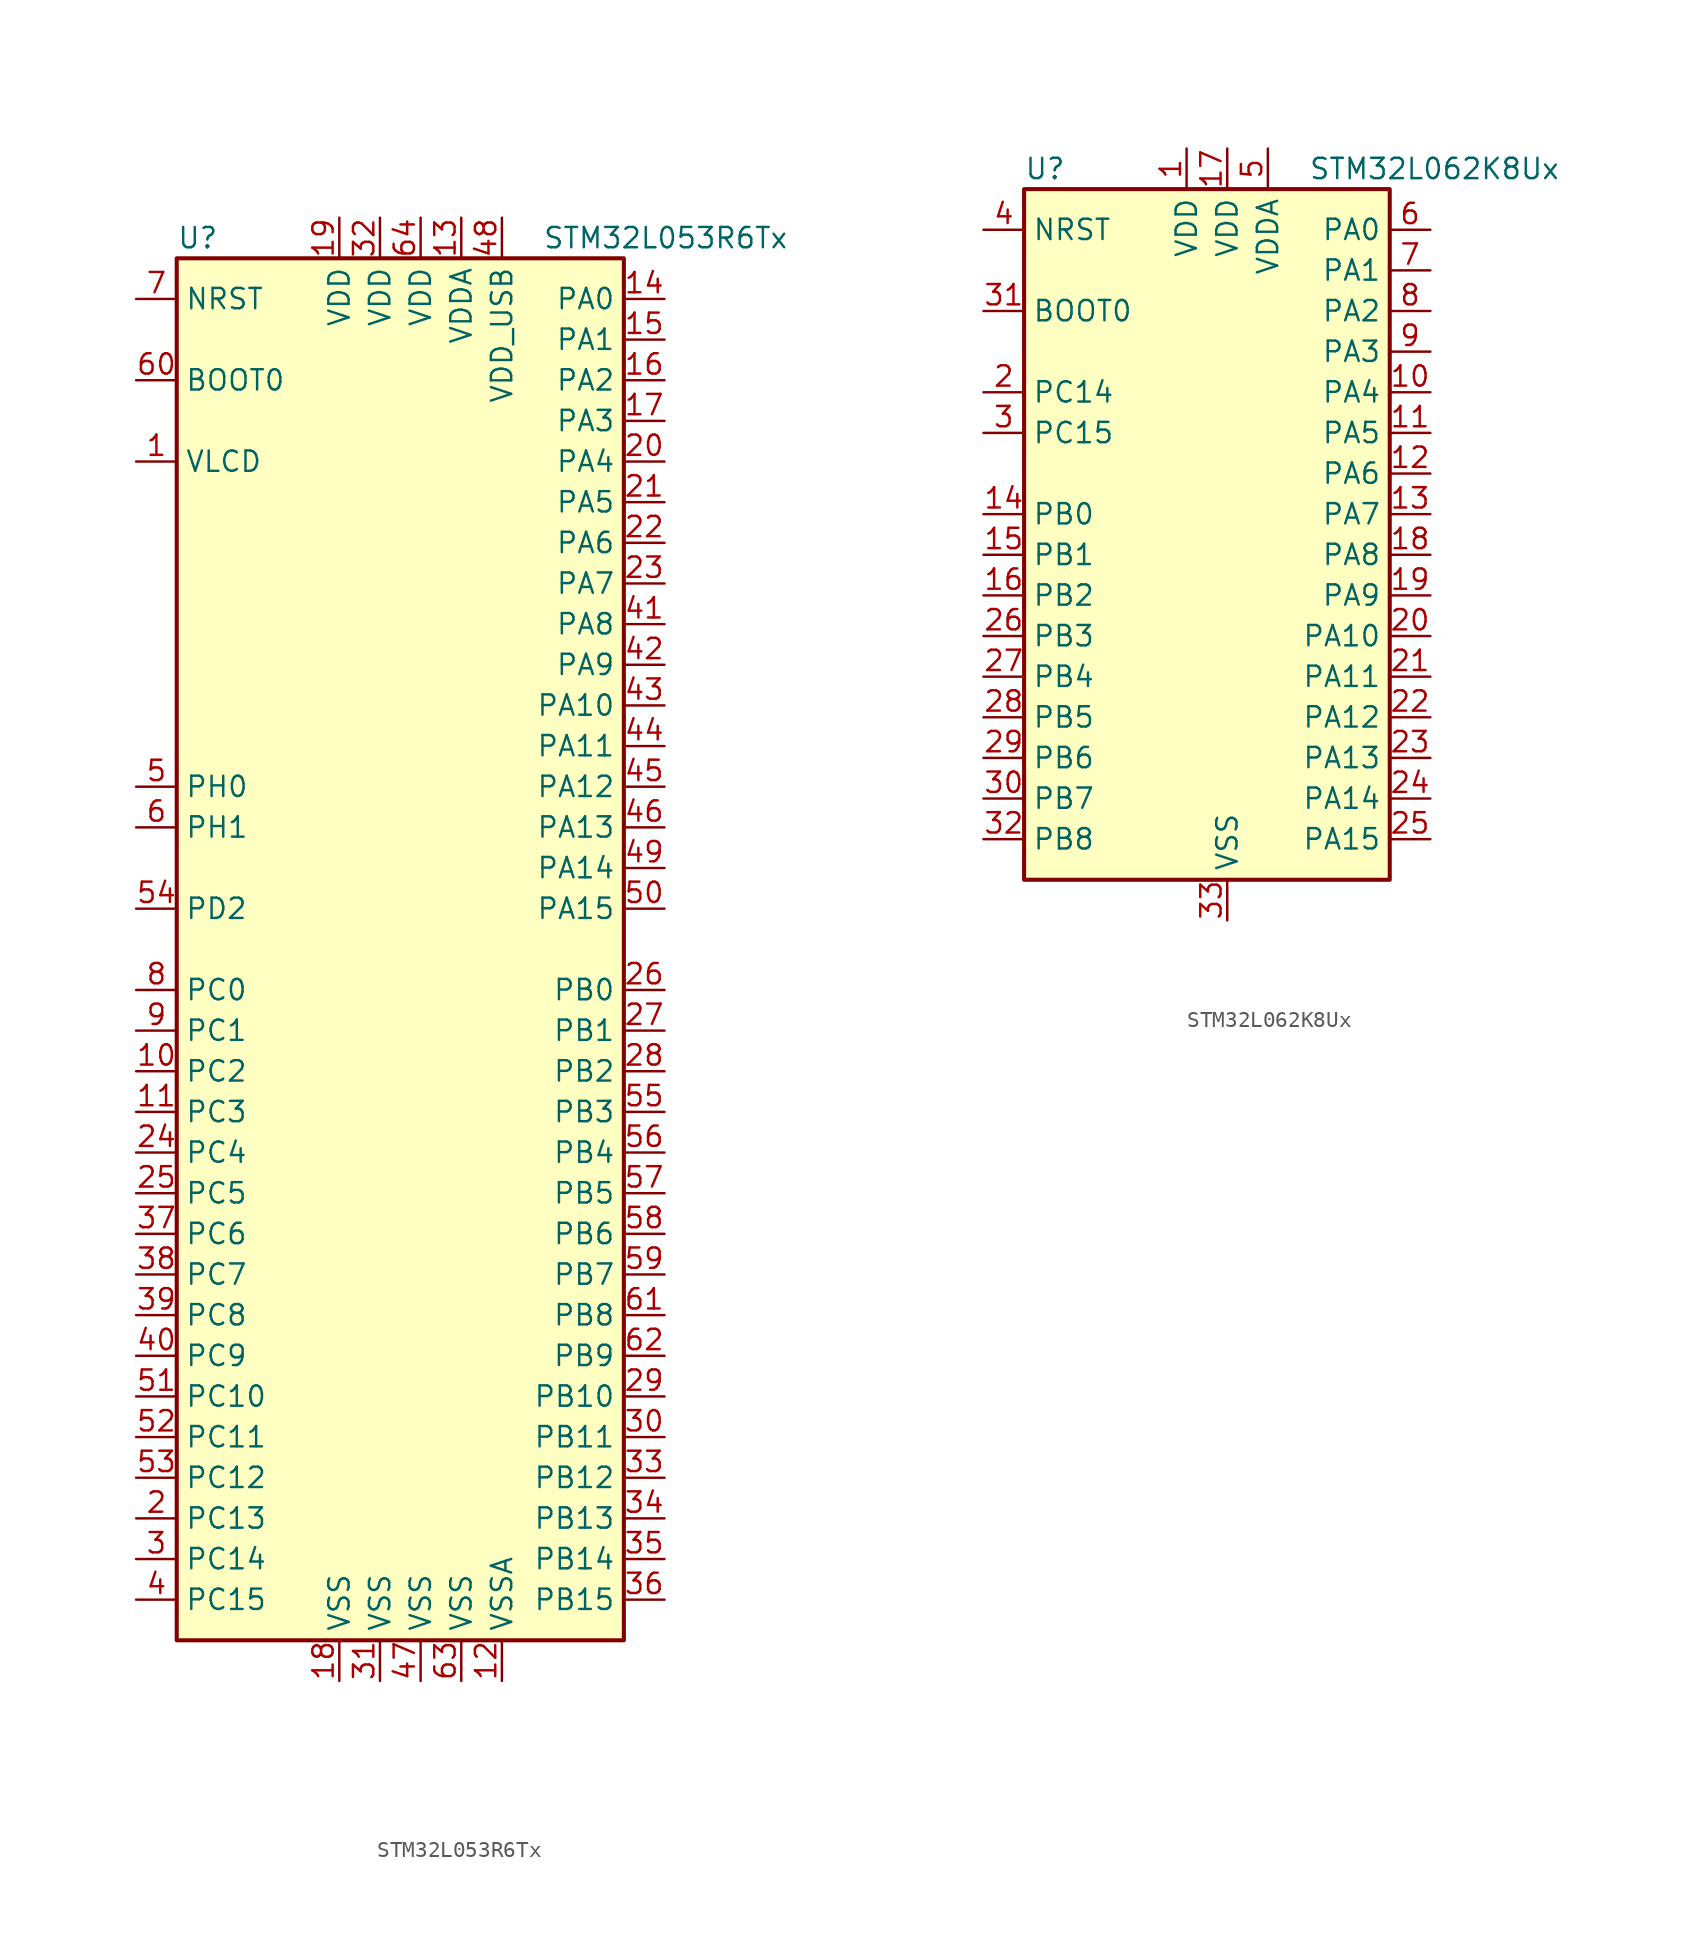
<source format=kicad_sym>
(kicad_symbol_lib
  (version 20201005)
  (generator kicad_symbol_editor)
  (symbol "STM32L053R6Tx"
    (property "Reference" "U"
      (at -15.24 44.45 0)
      (effects (font (size 1.27 1.27)) (justify left)))
    (property "Value" "STM32L053R6Tx"
      (at 7.62 44.45 0)
      (effects (font (size 1.27 1.27)) (justify left)))
    (symbol "STM32L053R6Tx_0_1"
      (rectangle (start -15.24 -43.18) (end 12.7 43.18) (stroke (width 0.254)) (fill (type background))))
    (symbol "STM32L053R6Tx_1_1"
      (pin input line (at -17.78 35.56 0) (length 2.54) (name "BOOT0" (effects (font (size 1.27 1.27)))) (number "60" (effects (font (size 1.27 1.27)))))
      (pin input line (at -17.78 40.64 0) (length 2.54) (name "NRST" (effects (font (size 1.27 1.27)))) (number "7" (effects (font (size 1.27 1.27)))))
      (pin bidirectional line (at 15.24 40.64 180) (length 2.54) (name "PA0" (effects (font (size 1.27 1.27)))) (number "14" (effects (font (size 1.27 1.27)))))
      (pin bidirectional line (at 15.24 38.1 180) (length 2.54) (name "PA1" (effects (font (size 1.27 1.27)))) (number "15" (effects (font (size 1.27 1.27)))))
      (pin bidirectional line (at 15.24 15.24 180) (length 2.54) (name "PA10" (effects (font (size 1.27 1.27)))) (number "43" (effects (font (size 1.27 1.27)))))
      (pin bidirectional line (at 15.24 12.7 180) (length 2.54) (name "PA11" (effects (font (size 1.27 1.27)))) (number "44" (effects (font (size 1.27 1.27)))))
      (pin bidirectional line (at 15.24 10.16 180) (length 2.54) (name "PA12" (effects (font (size 1.27 1.27)))) (number "45" (effects (font (size 1.27 1.27)))))
      (pin bidirectional line (at 15.24 7.62 180) (length 2.54) (name "PA13" (effects (font (size 1.27 1.27)))) (number "46" (effects (font (size 1.27 1.27)))))
      (pin bidirectional line (at 15.24 5.08 180) (length 2.54) (name "PA14" (effects (font (size 1.27 1.27)))) (number "49" (effects (font (size 1.27 1.27)))))
      (pin bidirectional line (at 15.24 2.54 180) (length 2.54) (name "PA15" (effects (font (size 1.27 1.27)))) (number "50" (effects (font (size 1.27 1.27)))))
      (pin bidirectional line (at 15.24 35.56 180) (length 2.54) (name "PA2" (effects (font (size 1.27 1.27)))) (number "16" (effects (font (size 1.27 1.27)))))
      (pin bidirectional line (at 15.24 33.02 180) (length 2.54) (name "PA3" (effects (font (size 1.27 1.27)))) (number "17" (effects (font (size 1.27 1.27)))))
      (pin bidirectional line (at 15.24 30.48 180) (length 2.54) (name "PA4" (effects (font (size 1.27 1.27)))) (number "20" (effects (font (size 1.27 1.27)))))
      (pin bidirectional line (at 15.24 27.94 180) (length 2.54) (name "PA5" (effects (font (size 1.27 1.27)))) (number "21" (effects (font (size 1.27 1.27)))))
      (pin bidirectional line (at 15.24 25.4 180) (length 2.54) (name "PA6" (effects (font (size 1.27 1.27)))) (number "22" (effects (font (size 1.27 1.27)))))
      (pin bidirectional line (at 15.24 22.86 180) (length 2.54) (name "PA7" (effects (font (size 1.27 1.27)))) (number "23" (effects (font (size 1.27 1.27)))))
      (pin bidirectional line (at 15.24 20.32 180) (length 2.54) (name "PA8" (effects (font (size 1.27 1.27)))) (number "41" (effects (font (size 1.27 1.27)))))
      (pin bidirectional line (at 15.24 17.78 180) (length 2.54) (name "PA9" (effects (font (size 1.27 1.27)))) (number "42" (effects (font (size 1.27 1.27)))))
      (pin bidirectional line (at 15.24 -2.54 180) (length 2.54) (name "PB0" (effects (font (size 1.27 1.27)))) (number "26" (effects (font (size 1.27 1.27)))))
      (pin bidirectional line (at 15.24 -5.08 180) (length 2.54) (name "PB1" (effects (font (size 1.27 1.27)))) (number "27" (effects (font (size 1.27 1.27)))))
      (pin bidirectional line (at 15.24 -27.94 180) (length 2.54) (name "PB10" (effects (font (size 1.27 1.27)))) (number "29" (effects (font (size 1.27 1.27)))))
      (pin bidirectional line (at 15.24 -30.48 180) (length 2.54) (name "PB11" (effects (font (size 1.27 1.27)))) (number "30" (effects (font (size 1.27 1.27)))))
      (pin bidirectional line (at 15.24 -33.02 180) (length 2.54) (name "PB12" (effects (font (size 1.27 1.27)))) (number "33" (effects (font (size 1.27 1.27)))))
      (pin bidirectional line (at 15.24 -35.56 180) (length 2.54) (name "PB13" (effects (font (size 1.27 1.27)))) (number "34" (effects (font (size 1.27 1.27)))))
      (pin bidirectional line (at 15.24 -38.1 180) (length 2.54) (name "PB14" (effects (font (size 1.27 1.27)))) (number "35" (effects (font (size 1.27 1.27)))))
      (pin bidirectional line (at 15.24 -40.64 180) (length 2.54) (name "PB15" (effects (font (size 1.27 1.27)))) (number "36" (effects (font (size 1.27 1.27)))))
      (pin bidirectional line (at 15.24 -7.62 180) (length 2.54) (name "PB2" (effects (font (size 1.27 1.27)))) (number "28" (effects (font (size 1.27 1.27)))))
      (pin bidirectional line (at 15.24 -10.16 180) (length 2.54) (name "PB3" (effects (font (size 1.27 1.27)))) (number "55" (effects (font (size 1.27 1.27)))))
      (pin bidirectional line (at 15.24 -12.7 180) (length 2.54) (name "PB4" (effects (font (size 1.27 1.27)))) (number "56" (effects (font (size 1.27 1.27)))))
      (pin bidirectional line (at 15.24 -15.24 180) (length 2.54) (name "PB5" (effects (font (size 1.27 1.27)))) (number "57" (effects (font (size 1.27 1.27)))))
      (pin bidirectional line (at 15.24 -17.78 180) (length 2.54) (name "PB6" (effects (font (size 1.27 1.27)))) (number "58" (effects (font (size 1.27 1.27)))))
      (pin bidirectional line (at 15.24 -20.32 180) (length 2.54) (name "PB7" (effects (font (size 1.27 1.27)))) (number "59" (effects (font (size 1.27 1.27)))))
      (pin bidirectional line (at 15.24 -22.86 180) (length 2.54) (name "PB8" (effects (font (size 1.27 1.27)))) (number "61" (effects (font (size 1.27 1.27)))))
      (pin bidirectional line (at 15.24 -25.4 180) (length 2.54) (name "PB9" (effects (font (size 1.27 1.27)))) (number "62" (effects (font (size 1.27 1.27)))))
      (pin bidirectional line (at -17.78 -2.54 0) (length 2.54) (name "PC0" (effects (font (size 1.27 1.27)))) (number "8" (effects (font (size 1.27 1.27)))))
      (pin bidirectional line (at -17.78 -5.08 0) (length 2.54) (name "PC1" (effects (font (size 1.27 1.27)))) (number "9" (effects (font (size 1.27 1.27)))))
      (pin bidirectional line (at -17.78 -27.94 0) (length 2.54) (name "PC10" (effects (font (size 1.27 1.27)))) (number "51" (effects (font (size 1.27 1.27)))))
      (pin bidirectional line (at -17.78 -30.48 0) (length 2.54) (name "PC11" (effects (font (size 1.27 1.27)))) (number "52" (effects (font (size 1.27 1.27)))))
      (pin bidirectional line (at -17.78 -33.02 0) (length 2.54) (name "PC12" (effects (font (size 1.27 1.27)))) (number "53" (effects (font (size 1.27 1.27)))))
      (pin bidirectional line (at -17.78 -35.56 0) (length 2.54) (name "PC13" (effects (font (size 1.27 1.27)))) (number "2" (effects (font (size 1.27 1.27)))))
      (pin bidirectional line (at -17.78 -38.1 0) (length 2.54) (name "PC14" (effects (font (size 1.27 1.27)))) (number "3" (effects (font (size 1.27 1.27)))))
      (pin bidirectional line (at -17.78 -40.64 0) (length 2.54) (name "PC15" (effects (font (size 1.27 1.27)))) (number "4" (effects (font (size 1.27 1.27)))))
      (pin bidirectional line (at -17.78 -7.62 0) (length 2.54) (name "PC2" (effects (font (size 1.27 1.27)))) (number "10" (effects (font (size 1.27 1.27)))))
      (pin bidirectional line (at -17.78 -10.16 0) (length 2.54) (name "PC3" (effects (font (size 1.27 1.27)))) (number "11" (effects (font (size 1.27 1.27)))))
      (pin bidirectional line (at -17.78 -12.7 0) (length 2.54) (name "PC4" (effects (font (size 1.27 1.27)))) (number "24" (effects (font (size 1.27 1.27)))))
      (pin bidirectional line (at -17.78 -15.24 0) (length 2.54) (name "PC5" (effects (font (size 1.27 1.27)))) (number "25" (effects (font (size 1.27 1.27)))))
      (pin bidirectional line (at -17.78 -17.78 0) (length 2.54) (name "PC6" (effects (font (size 1.27 1.27)))) (number "37" (effects (font (size 1.27 1.27)))))
      (pin bidirectional line (at -17.78 -20.32 0) (length 2.54) (name "PC7" (effects (font (size 1.27 1.27)))) (number "38" (effects (font (size 1.27 1.27)))))
      (pin bidirectional line (at -17.78 -22.86 0) (length 2.54) (name "PC8" (effects (font (size 1.27 1.27)))) (number "39" (effects (font (size 1.27 1.27)))))
      (pin bidirectional line (at -17.78 -25.4 0) (length 2.54) (name "PC9" (effects (font (size 1.27 1.27)))) (number "40" (effects (font (size 1.27 1.27)))))
      (pin bidirectional line (at -17.78 2.54 0) (length 2.54) (name "PD2" (effects (font (size 1.27 1.27)))) (number "54" (effects (font (size 1.27 1.27)))))
      (pin input line (at -17.78 10.16 0) (length 2.54) (name "PH0" (effects (font (size 1.27 1.27)))) (number "5" (effects (font (size 1.27 1.27)))))
      (pin input line (at -17.78 7.62 0) (length 2.54) (name "PH1" (effects (font (size 1.27 1.27)))) (number "6" (effects (font (size 1.27 1.27)))))
      (pin power_in line (at -5.08 45.72 270) (length 2.54) (name "VDD" (effects (font (size 1.27 1.27)))) (number "19" (effects (font (size 1.27 1.27)))))
      (pin power_in line (at -2.54 45.72 270) (length 2.54) (name "VDD" (effects (font (size 1.27 1.27)))) (number "32" (effects (font (size 1.27 1.27)))))
      (pin power_in line (at 0 45.72 270) (length 2.54) (name "VDD" (effects (font (size 1.27 1.27)))) (number "64" (effects (font (size 1.27 1.27)))))
      (pin power_in line (at 2.54 45.72 270) (length 2.54) (name "VDDA" (effects (font (size 1.27 1.27)))) (number "13" (effects (font (size 1.27 1.27)))))
      (pin power_in line (at 5.08 45.72 270) (length 2.54) (name "VDD_USB" (effects (font (size 1.27 1.27)))) (number "48" (effects (font (size 1.27 1.27)))))
      (pin power_in line (at -17.78 30.48 0) (length 2.54) (name "VLCD" (effects (font (size 1.27 1.27)))) (number "1" (effects (font (size 1.27 1.27)))))
      (pin power_in line (at -5.08 -45.72 90) (length 2.54) (name "VSS" (effects (font (size 1.27 1.27)))) (number "18" (effects (font (size 1.27 1.27)))))
      (pin power_in line (at -2.54 -45.72 90) (length 2.54) (name "VSS" (effects (font (size 1.27 1.27)))) (number "31" (effects (font (size 1.27 1.27)))))
      (pin power_in line (at 0 -45.72 90) (length 2.54) (name "VSS" (effects (font (size 1.27 1.27)))) (number "47" (effects (font (size 1.27 1.27)))))
      (pin power_in line (at 2.54 -45.72 90) (length 2.54) (name "VSS" (effects (font (size 1.27 1.27)))) (number "63" (effects (font (size 1.27 1.27)))))
      (pin power_in line (at 5.08 -45.72 90) (length 2.54) (name "VSSA" (effects (font (size 1.27 1.27)))) (number "12" (effects (font (size 1.27 1.27)))))))
  (symbol "STM32L062K8Ux"
    (property "Reference" "U"
      (at -12.7 21.59 0)
      (effects (font (size 1.27 1.27)) (justify left)))
    (property "Value" "STM32L062K8Ux"
      (at 5.08 21.59 0)
      (effects (font (size 1.27 1.27)) (justify left)))
    (symbol "STM32L062K8Ux_0_1"
      (rectangle (start -12.7 -22.86) (end 10.16 20.32) (stroke (width 0.254)) (fill (type background))))
    (symbol "STM32L062K8Ux_1_1"
      (pin input line (at -15.24 12.7 0) (length 2.54) (name "BOOT0" (effects (font (size 1.27 1.27)))) (number "31" (effects (font (size 1.27 1.27)))))
      (pin input line (at -15.24 17.78 0) (length 2.54) (name "NRST" (effects (font (size 1.27 1.27)))) (number "4" (effects (font (size 1.27 1.27)))))
      (pin bidirectional line (at 12.7 17.78 180) (length 2.54) (name "PA0" (effects (font (size 1.27 1.27)))) (number "6" (effects (font (size 1.27 1.27)))))
      (pin bidirectional line (at 12.7 15.24 180) (length 2.54) (name "PA1" (effects (font (size 1.27 1.27)))) (number "7" (effects (font (size 1.27 1.27)))))
      (pin bidirectional line (at 12.7 -7.62 180) (length 2.54) (name "PA10" (effects (font (size 1.27 1.27)))) (number "20" (effects (font (size 1.27 1.27)))))
      (pin bidirectional line (at 12.7 -10.16 180) (length 2.54) (name "PA11" (effects (font (size 1.27 1.27)))) (number "21" (effects (font (size 1.27 1.27)))))
      (pin bidirectional line (at 12.7 -12.7 180) (length 2.54) (name "PA12" (effects (font (size 1.27 1.27)))) (number "22" (effects (font (size 1.27 1.27)))))
      (pin bidirectional line (at 12.7 -15.24 180) (length 2.54) (name "PA13" (effects (font (size 1.27 1.27)))) (number "23" (effects (font (size 1.27 1.27)))))
      (pin bidirectional line (at 12.7 -17.78 180) (length 2.54) (name "PA14" (effects (font (size 1.27 1.27)))) (number "24" (effects (font (size 1.27 1.27)))))
      (pin bidirectional line (at 12.7 -20.32 180) (length 2.54) (name "PA15" (effects (font (size 1.27 1.27)))) (number "25" (effects (font (size 1.27 1.27)))))
      (pin bidirectional line (at 12.7 12.7 180) (length 2.54) (name "PA2" (effects (font (size 1.27 1.27)))) (number "8" (effects (font (size 1.27 1.27)))))
      (pin bidirectional line (at 12.7 10.16 180) (length 2.54) (name "PA3" (effects (font (size 1.27 1.27)))) (number "9" (effects (font (size 1.27 1.27)))))
      (pin bidirectional line (at 12.7 7.62 180) (length 2.54) (name "PA4" (effects (font (size 1.27 1.27)))) (number "10" (effects (font (size 1.27 1.27)))))
      (pin bidirectional line (at 12.7 5.08 180) (length 2.54) (name "PA5" (effects (font (size 1.27 1.27)))) (number "11" (effects (font (size 1.27 1.27)))))
      (pin bidirectional line (at 12.7 2.54 180) (length 2.54) (name "PA6" (effects (font (size 1.27 1.27)))) (number "12" (effects (font (size 1.27 1.27)))))
      (pin bidirectional line (at 12.7 0 180) (length 2.54) (name "PA7" (effects (font (size 1.27 1.27)))) (number "13" (effects (font (size 1.27 1.27)))))
      (pin bidirectional line (at 12.7 -2.54 180) (length 2.54) (name "PA8" (effects (font (size 1.27 1.27)))) (number "18" (effects (font (size 1.27 1.27)))))
      (pin bidirectional line (at 12.7 -5.08 180) (length 2.54) (name "PA9" (effects (font (size 1.27 1.27)))) (number "19" (effects (font (size 1.27 1.27)))))
      (pin bidirectional line (at -15.24 0 0) (length 2.54) (name "PB0" (effects (font (size 1.27 1.27)))) (number "14" (effects (font (size 1.27 1.27)))))
      (pin bidirectional line (at -15.24 -2.54 0) (length 2.54) (name "PB1" (effects (font (size 1.27 1.27)))) (number "15" (effects (font (size 1.27 1.27)))))
      (pin bidirectional line (at -15.24 -5.08 0) (length 2.54) (name "PB2" (effects (font (size 1.27 1.27)))) (number "16" (effects (font (size 1.27 1.27)))))
      (pin bidirectional line (at -15.24 -7.62 0) (length 2.54) (name "PB3" (effects (font (size 1.27 1.27)))) (number "26" (effects (font (size 1.27 1.27)))))
      (pin bidirectional line (at -15.24 -10.16 0) (length 2.54) (name "PB4" (effects (font (size 1.27 1.27)))) (number "27" (effects (font (size 1.27 1.27)))))
      (pin bidirectional line (at -15.24 -12.7 0) (length 2.54) (name "PB5" (effects (font (size 1.27 1.27)))) (number "28" (effects (font (size 1.27 1.27)))))
      (pin bidirectional line (at -15.24 -15.24 0) (length 2.54) (name "PB6" (effects (font (size 1.27 1.27)))) (number "29" (effects (font (size 1.27 1.27)))))
      (pin bidirectional line (at -15.24 -17.78 0) (length 2.54) (name "PB7" (effects (font (size 1.27 1.27)))) (number "30" (effects (font (size 1.27 1.27)))))
      (pin bidirectional line (at -15.24 -20.32 0) (length 2.54) (name "PB8" (effects (font (size 1.27 1.27)))) (number "32" (effects (font (size 1.27 1.27)))))
      (pin bidirectional line (at -15.24 7.62 0) (length 2.54) (name "PC14" (effects (font (size 1.27 1.27)))) (number "2" (effects (font (size 1.27 1.27)))))
      (pin bidirectional line (at -15.24 5.08 0) (length 2.54) (name "PC15" (effects (font (size 1.27 1.27)))) (number "3" (effects (font (size 1.27 1.27)))))
      (pin power_in line (at -2.54 22.86 270) (length 2.54) (name "VDD" (effects (font (size 1.27 1.27)))) (number "1" (effects (font (size 1.27 1.27)))))
      (pin power_in line (at 0 22.86 270) (length 2.54) (name "VDD" (effects (font (size 1.27 1.27)))) (number "17" (effects (font (size 1.27 1.27)))))
      (pin power_in line (at 2.54 22.86 270) (length 2.54) (name "VDDA" (effects (font (size 1.27 1.27)))) (number "5" (effects (font (size 1.27 1.27)))))
      (pin power_in line (at 0 -25.4 90) (length 2.54) (name "VSS" (effects (font (size 1.27 1.27)))) (number "33" (effects (font (size 1.27 1.27))))))))
</source>
